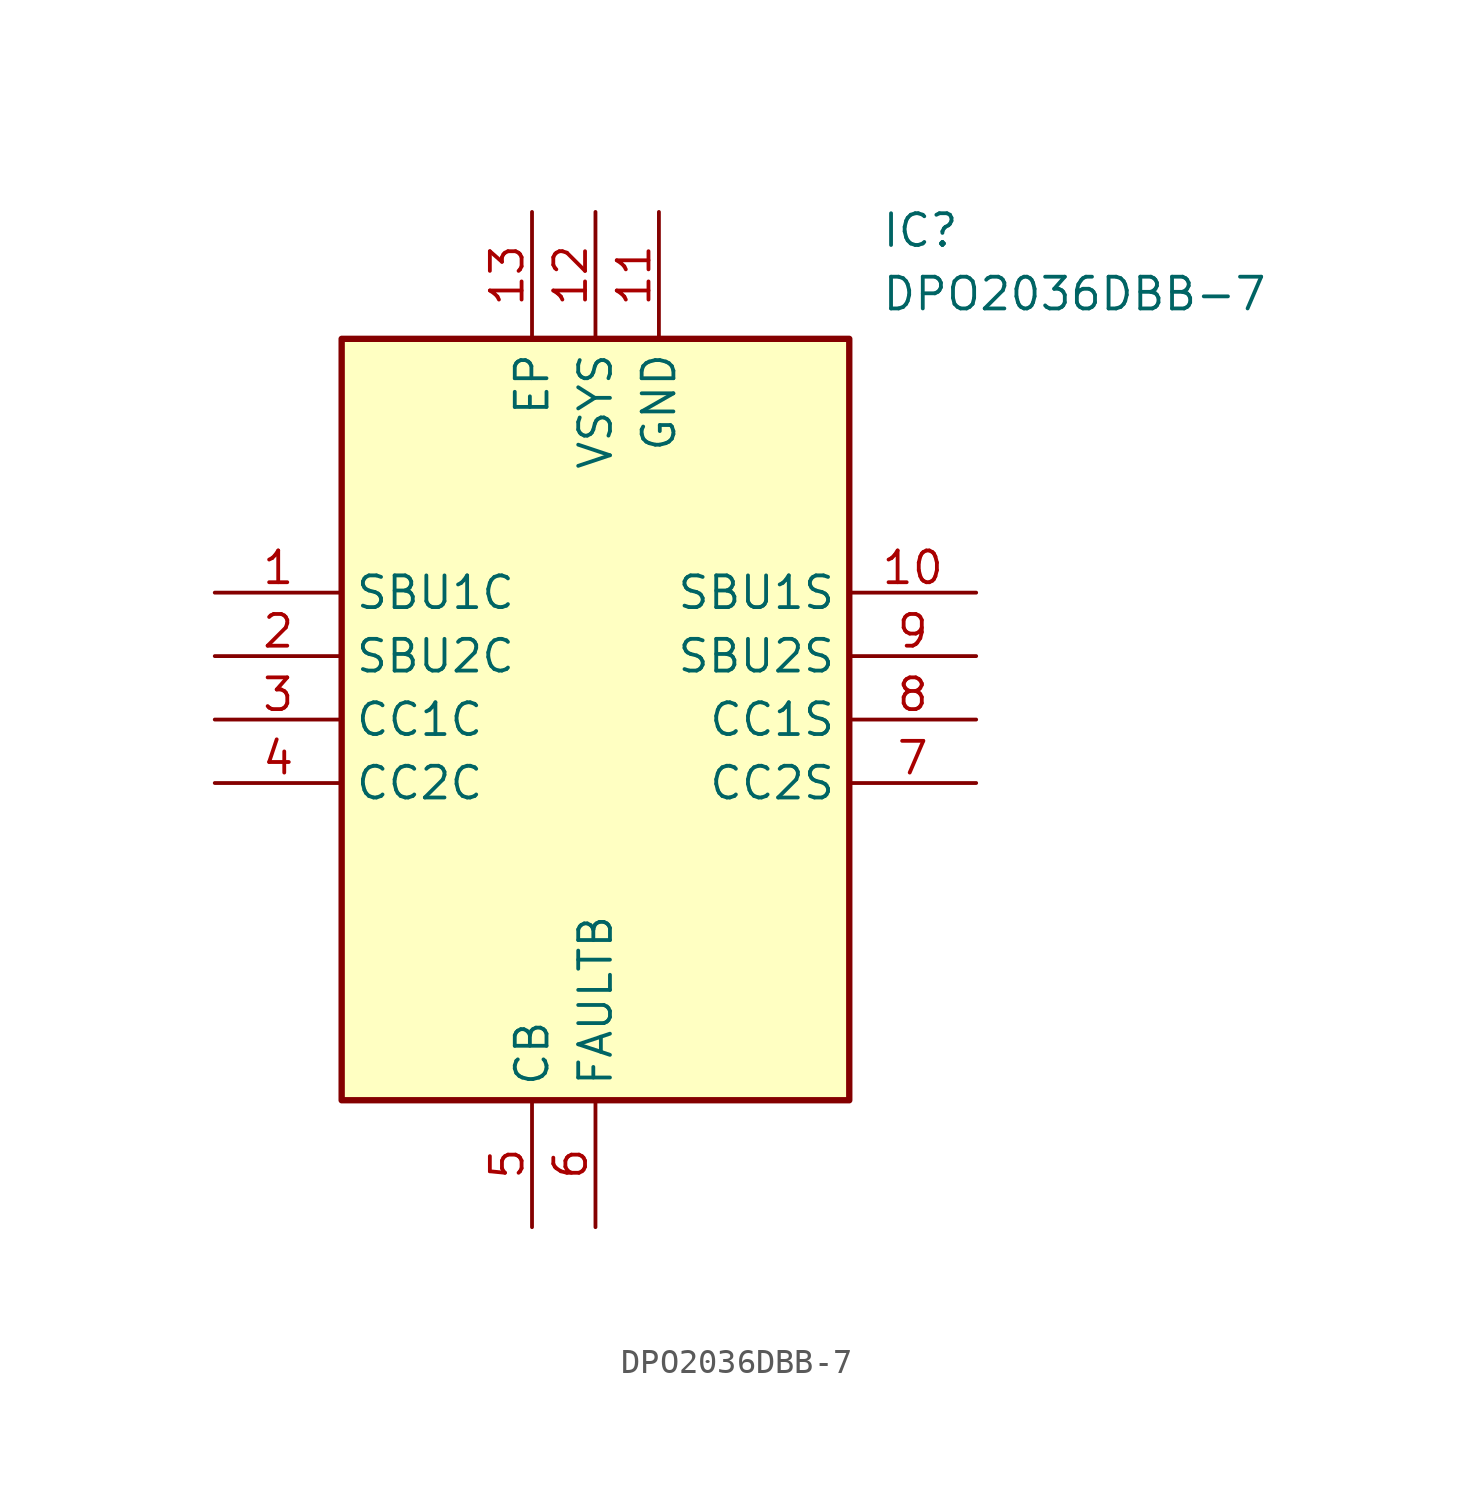
<source format=kicad_sym>
(kicad_symbol_lib
  (version 20211014)
  (generator SamacSys_ECAD_Model)
  (symbol "DPO2036DBB-7"
    (property "Reference" "IC"
      (at 26.67 15.24 0)
      (effects (font (size 1.27 1.27)) (justify left top)))
    (property "Value" "DPO2036DBB-7"
      (at 26.67 12.7 0)
      (effects (font (size 1.27 1.27)) (justify left top)))
    (rectangle
      (start 5.08 10.16)
      (end 25.4 -20.32)
      (stroke (width 0.254) (type default))
      (fill (type background)))
    (pin passive line
      (at 0 0 0)
      (length 5.08)
      (name "SBU1C" (effects (font (size 1.27 1.27))))
      (number "1" (effects (font (size 1.27 1.27)))))
    (pin passive line
      (at 0 -2.54 0)
      (length 5.08)
      (name "SBU2C" (effects (font (size 1.27 1.27))))
      (number "2" (effects (font (size 1.27 1.27)))))
    (pin passive line
      (at 0 -5.08 0)
      (length 5.08)
      (name "CC1C" (effects (font (size 1.27 1.27))))
      (number "3" (effects (font (size 1.27 1.27)))))
    (pin passive line
      (at 0 -7.62 0)
      (length 5.08)
      (name "CC2C" (effects (font (size 1.27 1.27))))
      (number "4" (effects (font (size 1.27 1.27)))))
    (pin passive line
      (at 12.7 -25.4 90)
      (length 5.08)
      (name "CB" (effects (font (size 1.27 1.27))))
      (number "5" (effects (font (size 1.27 1.27)))))
    (pin passive line
      (at 15.24 -25.4 90)
      (length 5.08)
      (name "FAULTB" (effects (font (size 1.27 1.27))))
      (number "6" (effects (font (size 1.27 1.27)))))
    (pin passive line
      (at 30.48 0 180)
      (length 5.08)
      (name "SBU1S" (effects (font (size 1.27 1.27))))
      (number "10" (effects (font (size 1.27 1.27)))))
    (pin passive line
      (at 30.48 -2.54 180)
      (length 5.08)
      (name "SBU2S" (effects (font (size 1.27 1.27))))
      (number "9" (effects (font (size 1.27 1.27)))))
    (pin passive line
      (at 30.48 -5.08 180)
      (length 5.08)
      (name "CC1S" (effects (font (size 1.27 1.27))))
      (number "8" (effects (font (size 1.27 1.27)))))
    (pin passive line
      (at 30.48 -7.62 180)
      (length 5.08)
      (name "CC2S" (effects (font (size 1.27 1.27))))
      (number "7" (effects (font (size 1.27 1.27)))))
    (pin passive line
      (at 12.7 15.24 270)
      (length 5.08)
      (name "EP" (effects (font (size 1.27 1.27))))
      (number "13" (effects (font (size 1.27 1.27)))))
    (pin passive line
      (at 15.24 15.24 270)
      (length 5.08)
      (name "VSYS" (effects (font (size 1.27 1.27))))
      (number "12" (effects (font (size 1.27 1.27)))))
    (pin passive line
      (at 17.78 15.24 270)
      (length 5.08)
      (name "GND" (effects (font (size 1.27 1.27))))
      (number "11" (effects (font (size 1.27 1.27)))))))
</source>
